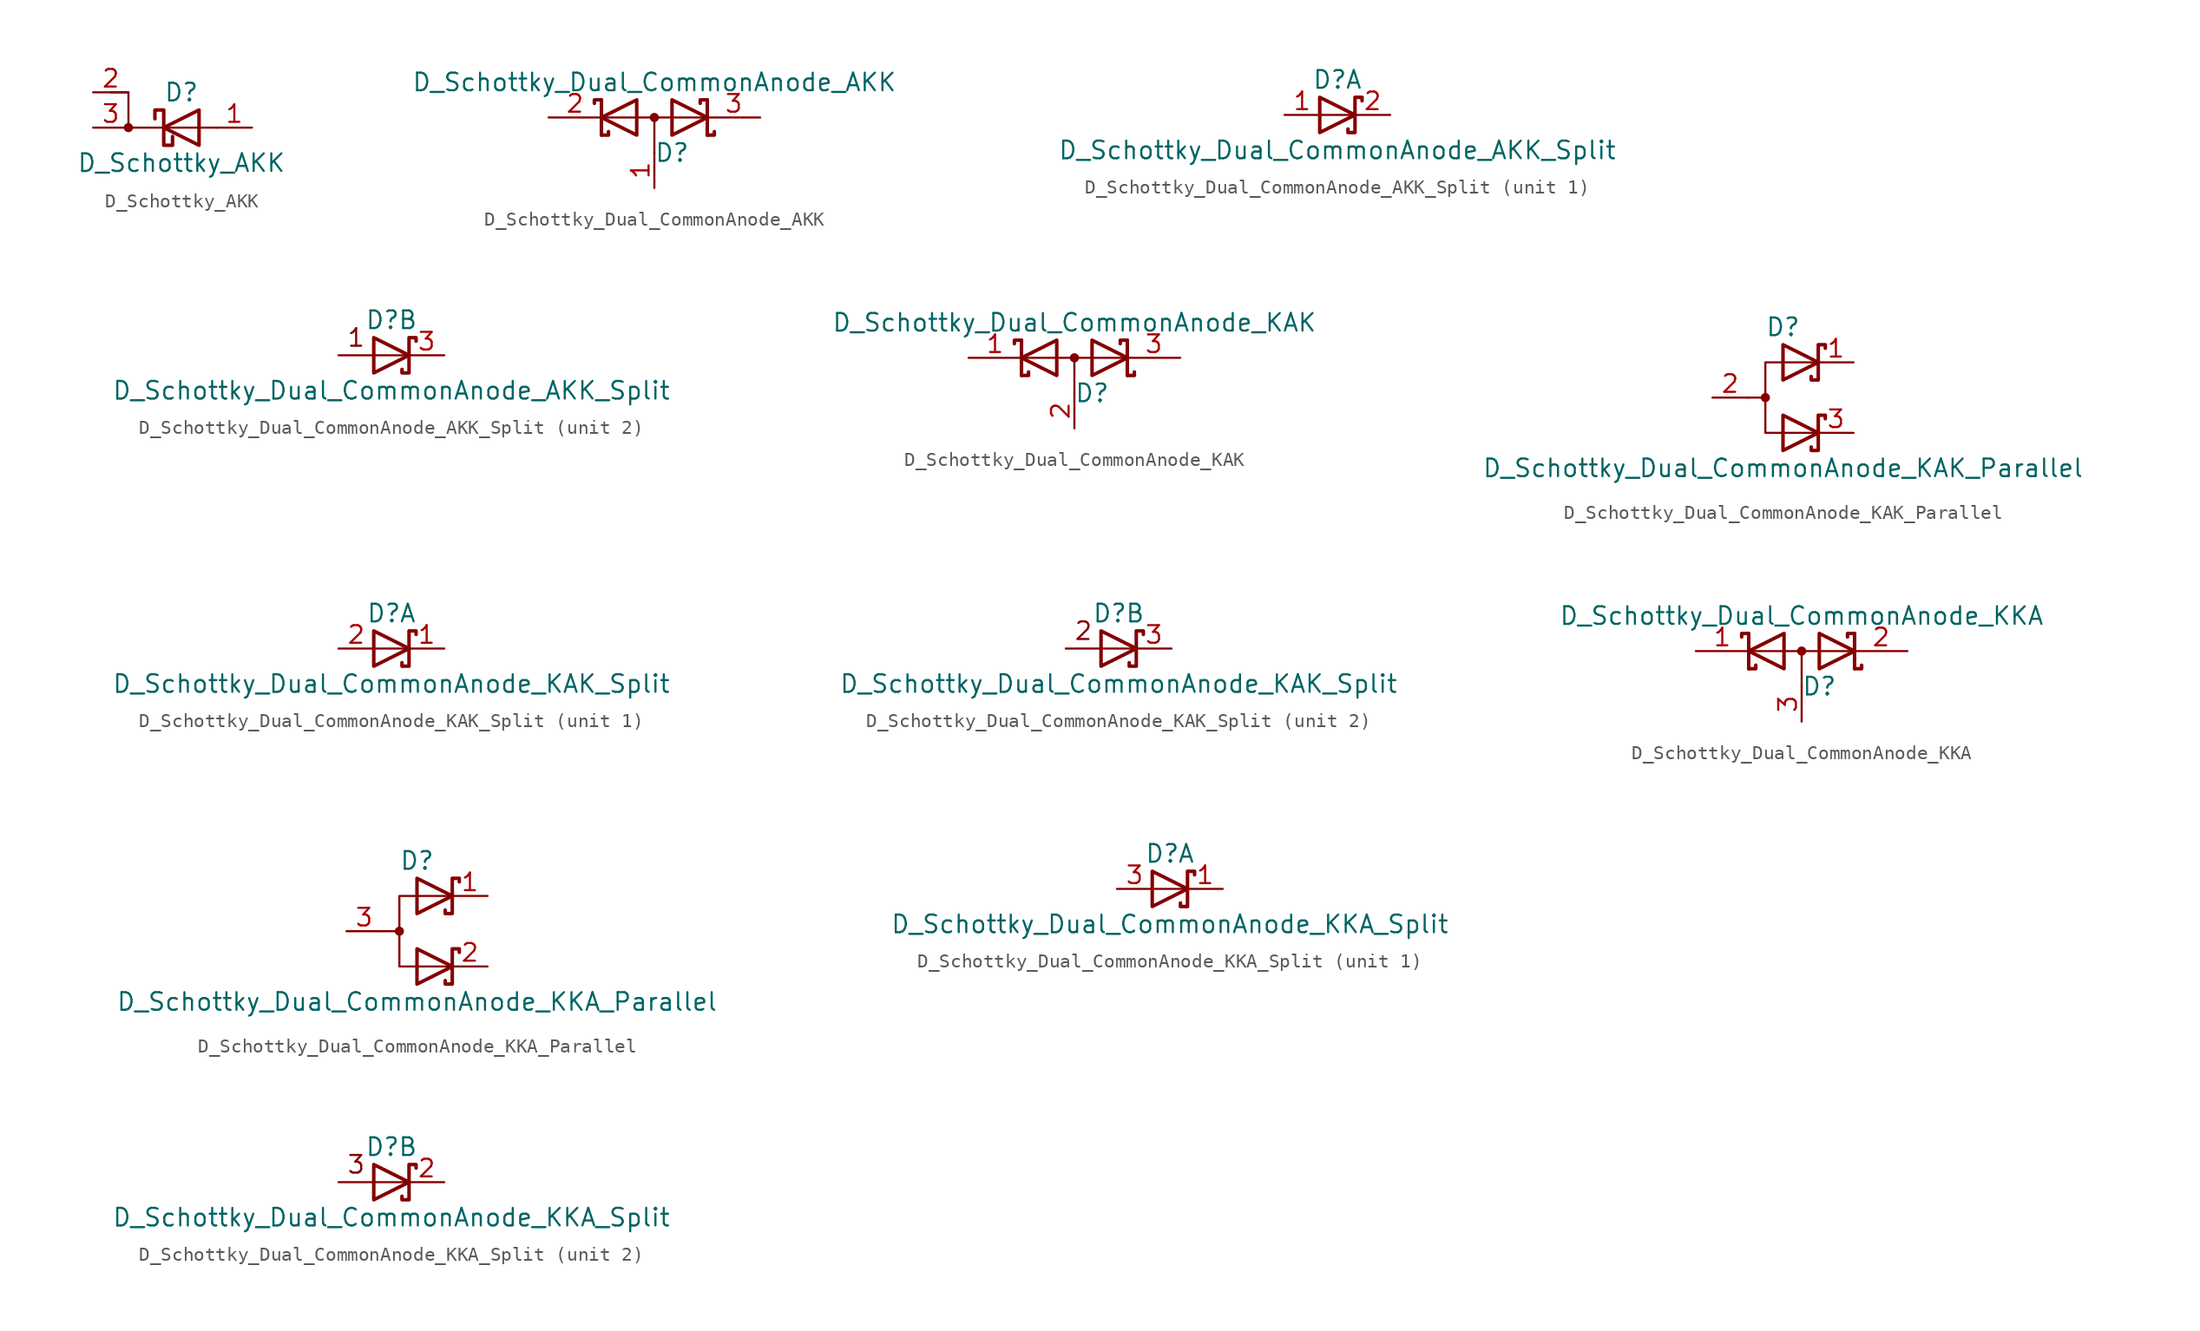
<source format=kicad_sym>
(kicad_symbol_lib
  (version 20241209)
  (generator "kicad_symbol_editor")
  (generator_version "9.0")
  (symbol "D_Schottky_AKK"
    (pin_names
      (offset 0)
      (hide yes))
    (property "Reference" "D"
      (at 0 2.54 0)
      (effects (font (size 1.27 1.27))))
    (property "Value" "D_Schottky_AKK"
      (at 0 -2.54 0)
      (effects (font (size 1.27 1.27))))
    (symbol "D_Schottky_AKK_0_1"
      (polyline (pts (xy -5.08 2.54) (xy -3.81 2.54) (xy -3.81 0) (xy 2.54 0)) (stroke (width 0) (type solid)) (fill (type none)))
      (circle (center -3.81 0) (radius 0.254) (stroke (width 0) (type solid)) (fill (type outline)))
      (polyline (pts (xy -1.905 0.635) (xy -1.905 1.27) (xy -1.27 1.27) (xy -1.27 -1.27) (xy -0.635 -1.27) (xy -0.635 -0.635)) (stroke (width 0.254) (type solid)) (fill (type none)))
      (polyline (pts (xy 1.27 1.27) (xy 1.27 -1.27) (xy -1.27 0) (xy 1.27 1.27)) (stroke (width 0.254) (type solid)) (fill (type none))))
    (symbol "D_Schottky_AKK_1_1"
      (pin input line (at -6.35 2.54 0) (length 2.54) (name "K" (effects (font (size 1.27 1.27)))) (number "2" (effects (font (size 1.27 1.27)))))
      (pin passive line (at -6.35 0 0) (length 2.54) (name "K" (effects (font (size 1.27 1.27)))) (number "3" (effects (font (size 1.27 1.27)))))
      (pin passive line (at 5.08 0 180) (length 2.54) (name "A" (effects (font (size 1.27 1.27)))) (number "1" (effects (font (size 1.27 1.27)))))))
  (symbol "D_Schottky_Dual_CommonAnode_AKK"
    (pin_names
      (offset 0.762)
      (hide yes))
    (property "Reference" "D"
      (at 1.27 -2.54 0)
      (effects (font (size 1.27 1.27))))
    (property "Value" "D_Schottky_Dual_CommonAnode_AKK"
      (at 0 2.54 0)
      (effects (font (size 1.27 1.27))))
    (symbol "D_Schottky_Dual_CommonAnode_AKK_0_1"
      (polyline (pts (xy -3.81 1.27) (xy -3.81 -1.27) (xy -3.81 -1.27)) (stroke (width 0.254) (type solid)) (fill (type none)))
      (polyline (pts (xy -3.81 1.27) (xy -4.318 1.27) (xy -4.318 1.016) (xy -4.318 1.016)) (stroke (width 0.254) (type solid)) (fill (type none)))
      (polyline (pts (xy -3.556 0) (xy 3.81 0)) (stroke (width 0) (type solid)) (fill (type none)))
      (polyline (pts (xy -3.302 -1.016) (xy -3.302 -1.27) (xy -3.81 -1.27) (xy -3.81 -1.27) (xy -3.81 -1.27)) (stroke (width 0.254) (type solid)) (fill (type none)))
      (polyline (pts (xy -1.27 -1.27) (xy -3.81 0) (xy -1.27 1.27) (xy -1.27 -1.27) (xy -1.27 -1.27) (xy -1.27 -1.27)) (stroke (width 0.254) (type solid)) (fill (type none)))
      (polyline (pts (xy 0 0) (xy 0 -2.54)) (stroke (width 0) (type solid)) (fill (type none)))
      (circle (center 0 0) (radius 0.254) (stroke (width 0) (type solid)) (fill (type outline)))
      (polyline (pts (xy 1.27 1.27) (xy 3.81 0) (xy 1.27 -1.27) (xy 1.27 1.27) (xy 1.27 1.27) (xy 1.27 1.27)) (stroke (width 0.254) (type solid)) (fill (type none)))
      (polyline (pts (xy 3.81 1.27) (xy 3.81 -1.27) (xy 3.81 -1.27)) (stroke (width 0.254) (type solid)) (fill (type none)))
      (polyline (pts (xy 3.81 1.27) (xy 3.302 1.27) (xy 3.302 1.016) (xy 3.302 1.016)) (stroke (width 0.254) (type solid)) (fill (type none)))
      (polyline (pts (xy 3.81 -1.27) (xy 4.318 -1.27) (xy 4.318 -1.016) (xy 4.318 -1.016)) (stroke (width 0.254) (type solid)) (fill (type none)))
      (pin passive line (at -7.62 0 0) (length 3.81) (name "K" (effects (font (size 1.27 1.27)))) (number "2" (effects (font (size 1.27 1.27)))))
      (pin passive line (at 0 -5.08 90) (length 2.54) (name "A" (effects (font (size 1.27 1.27)))) (number "1" (effects (font (size 1.27 1.27)))))
      (pin passive line (at 7.62 0 180) (length 3.81) (name "K" (effects (font (size 1.27 1.27)))) (number "3" (effects (font (size 1.27 1.27)))))))
  (symbol "D_Schottky_Dual_CommonAnode_AKK_Split"
    (pin_names
      (offset 0.762)
      (hide yes))
    (property "Reference" "D"
      (at 0 2.54 0)
      (effects (font (size 1.27 1.27))))
    (property "Value" "D_Schottky_Dual_CommonAnode_AKK_Split"
      (at 0 -2.54 0)
      (effects (font (size 1.27 1.27))))
    (property "ki_locked" ""
      (at 0 0 0)
      (effects (font (size 1.27 1.27))))
    (symbol "D_Schottky_Dual_CommonAnode_AKK_Split_0_1"
      (polyline (pts (xy -1.27 1.27) (xy 1.27 0) (xy -1.27 -1.27) (xy -1.27 1.27) (xy -1.27 1.27) (xy -1.27 1.27)) (stroke (width 0.254) (type solid)) (fill (type none)))
      (polyline (pts (xy 1.778 1.016) (xy 1.778 1.27) (xy 1.27 1.27) (xy 1.27 -1.27) (xy 0.762 -1.27) (xy 0.762 -1.016)) (stroke (width 0.254) (type solid)) (fill (type none))))
    (symbol "D_Schottky_Dual_CommonAnode_AKK_Split_1_1"
      (polyline (pts (xy 1.27 0) (xy -1.27 0)) (stroke (width 0) (type solid)) (fill (type none)))
      (pin passive line (at -3.81 0 0) (length 2.54) (name "A" (effects (font (size 1.27 1.27)))) (number "1" (effects (font (size 1.27 1.27)))))
      (pin passive line (at 3.81 0 180) (length 2.54) (name "K" (effects (font (size 1.27 1.27)))) (number "2" (effects (font (size 1.27 1.27))))))
    (symbol "D_Schottky_Dual_CommonAnode_AKK_Split_2_0"
      (polyline (pts (xy 1.27 0) (xy -3.81 0)) (stroke (width 0) (type solid)) (fill (type none)))
      (text "1" (at -2.54 1.27 0) (effects (font (size 1.27 1.27)))))
    (symbol "D_Schottky_Dual_CommonAnode_AKK_Split_2_1"
      (pin passive line (at 3.81 0 180) (length 2.54) (name "K" (effects (font (size 1.27 1.27)))) (number "3" (effects (font (size 1.27 1.27)))))))
  (symbol "D_Schottky_Dual_CommonAnode_KAK"
    (pin_names
      (offset 0.762)
      (hide yes))
    (property "Reference" "D"
      (at 1.27 -2.54 0)
      (effects (font (size 1.27 1.27))))
    (property "Value" "D_Schottky_Dual_CommonAnode_KAK"
      (at 0 2.54 0)
      (effects (font (size 1.27 1.27))))
    (symbol "D_Schottky_Dual_CommonAnode_KAK_0_1"
      (polyline (pts (xy -3.81 1.27) (xy -3.81 -1.27) (xy -3.81 -1.27)) (stroke (width 0.254) (type solid)) (fill (type none)))
      (polyline (pts (xy -3.81 1.27) (xy -4.318 1.27) (xy -4.318 1.016) (xy -4.318 1.016)) (stroke (width 0.254) (type solid)) (fill (type none)))
      (polyline (pts (xy -3.556 0) (xy 3.81 0)) (stroke (width 0) (type solid)) (fill (type none)))
      (polyline (pts (xy -3.302 -1.016) (xy -3.302 -1.27) (xy -3.81 -1.27) (xy -3.81 -1.27) (xy -3.81 -1.27)) (stroke (width 0.254) (type solid)) (fill (type none)))
      (polyline (pts (xy -1.27 -1.27) (xy -3.81 0) (xy -1.27 1.27) (xy -1.27 -1.27) (xy -1.27 -1.27) (xy -1.27 -1.27)) (stroke (width 0.254) (type solid)) (fill (type none)))
      (polyline (pts (xy 0 0) (xy 0 -2.54)) (stroke (width 0) (type solid)) (fill (type none)))
      (circle (center 0 0) (radius 0.254) (stroke (width 0) (type solid)) (fill (type outline)))
      (polyline (pts (xy 1.27 1.27) (xy 3.81 0) (xy 1.27 -1.27) (xy 1.27 1.27) (xy 1.27 1.27) (xy 1.27 1.27)) (stroke (width 0.254) (type solid)) (fill (type none)))
      (polyline (pts (xy 3.81 1.27) (xy 3.81 -1.27) (xy 3.81 -1.27)) (stroke (width 0.254) (type solid)) (fill (type none)))
      (polyline (pts (xy 3.81 1.27) (xy 3.302 1.27) (xy 3.302 1.016) (xy 3.302 1.016)) (stroke (width 0.254) (type solid)) (fill (type none)))
      (polyline (pts (xy 3.81 -1.27) (xy 4.318 -1.27) (xy 4.318 -1.016) (xy 4.318 -1.016)) (stroke (width 0.254) (type solid)) (fill (type none)))
      (pin passive line (at -7.62 0 0) (length 3.81) (name "K" (effects (font (size 1.27 1.27)))) (number "1" (effects (font (size 1.27 1.27)))))
      (pin passive line (at 0 -5.08 90) (length 2.54) (name "A" (effects (font (size 1.27 1.27)))) (number "2" (effects (font (size 1.27 1.27)))))
      (pin passive line (at 7.62 0 180) (length 3.81) (name "K" (effects (font (size 1.27 1.27)))) (number "3" (effects (font (size 1.27 1.27)))))))
  (symbol "D_Schottky_Dual_CommonAnode_KAK_Parallel"
    (pin_names
      (offset 0.762)
      (hide yes))
    (property "Reference" "D"
      (at 0 5.08 0)
      (effects (font (size 1.27 1.27))))
    (property "Value" "D_Schottky_Dual_CommonAnode_KAK_Parallel"
      (at 0 -5.08 0)
      (effects (font (size 1.27 1.27))))
    (symbol "D_Schottky_Dual_CommonAnode_KAK_Parallel_0_1"
      (circle (center -1.27 0) (radius 0.254) (stroke (width 0) (type solid)) (fill (type outline)))
      (polyline (pts (xy -1.27 0) (xy -2.54 0)) (stroke (width 0) (type solid)) (fill (type none)))
      (polyline (pts (xy 0 3.81) (xy 2.54 2.54) (xy 0 1.27) (xy 0 3.81) (xy 0 3.81) (xy 0 3.81)) (stroke (width 0.254) (type solid)) (fill (type none)))
      (polyline (pts (xy 0 -1.27) (xy 2.54 -2.54) (xy 0 -3.81) (xy 0 -1.27) (xy 0 -1.27) (xy 0 -1.27)) (stroke (width 0.254) (type solid)) (fill (type none)))
      (polyline (pts (xy 2.54 2.54) (xy -1.27 2.54) (xy -1.27 -2.54) (xy 2.54 -2.54)) (stroke (width 0) (type solid)) (fill (type none)))
      (polyline (pts (xy 3.048 3.556) (xy 3.048 3.81) (xy 2.54 3.81) (xy 2.54 1.27) (xy 2.032 1.27) (xy 2.032 1.524)) (stroke (width 0.254) (type solid)) (fill (type none)))
      (polyline (pts (xy 3.048 -1.524) (xy 3.048 -1.27) (xy 2.54 -1.27) (xy 2.54 -3.81) (xy 2.032 -3.81) (xy 2.032 -3.556)) (stroke (width 0.254) (type solid)) (fill (type none)))
      (pin passive line (at -5.08 0 0) (length 2.54) (name "A" (effects (font (size 1.27 1.27)))) (number "2" (effects (font (size 1.27 1.27)))))
      (pin passive line (at 5.08 2.54 180) (length 2.54) (name "K" (effects (font (size 1.27 1.27)))) (number "1" (effects (font (size 1.27 1.27)))))
      (pin passive line (at 5.08 -2.54 180) (length 2.54) (name "K" (effects (font (size 1.27 1.27)))) (number "3" (effects (font (size 1.27 1.27)))))))
  (symbol "D_Schottky_Dual_CommonAnode_KAK_Split"
    (pin_names
      (offset 0.762)
      (hide yes))
    (property "Reference" "D"
      (at 0 2.54 0)
      (effects (font (size 1.27 1.27))))
    (property "Value" "D_Schottky_Dual_CommonAnode_KAK_Split"
      (at 0 -2.54 0)
      (effects (font (size 1.27 1.27))))
    (property "ki_locked" ""
      (at 0 0 0)
      (effects (font (size 1.27 1.27))))
    (symbol "D_Schottky_Dual_CommonAnode_KAK_Split_0_1"
      (polyline (pts (xy -1.27 1.27) (xy 1.27 0) (xy -1.27 -1.27) (xy -1.27 1.27) (xy -1.27 1.27) (xy -1.27 1.27)) (stroke (width 0.254) (type solid)) (fill (type none)))
      (polyline (pts (xy 1.778 1.016) (xy 1.778 1.27) (xy 1.27 1.27) (xy 1.27 -1.27) (xy 0.762 -1.27) (xy 0.762 -1.016)) (stroke (width 0.254) (type solid)) (fill (type none))))
    (symbol "D_Schottky_Dual_CommonAnode_KAK_Split_1_1"
      (polyline (pts (xy 1.27 0) (xy -1.27 0)) (stroke (width 0) (type solid)) (fill (type none)))
      (pin passive line (at -3.81 0 0) (length 2.54) (name "A" (effects (font (size 1.27 1.27)))) (number "2" (effects (font (size 1.27 1.27)))))
      (pin passive line (at 3.81 0 180) (length 2.54) (name "K" (effects (font (size 1.27 1.27)))) (number "1" (effects (font (size 1.27 1.27))))))
    (symbol "D_Schottky_Dual_CommonAnode_KAK_Split_2_0"
      (polyline (pts (xy 1.27 0) (xy -3.81 0)) (stroke (width 0) (type solid)) (fill (type none)))
      (text "2" (at -2.54 1.27 0) (effects (font (size 1.27 1.27)))))
    (symbol "D_Schottky_Dual_CommonAnode_KAK_Split_2_1"
      (pin passive line (at 3.81 0 180) (length 2.54) (name "K" (effects (font (size 1.27 1.27)))) (number "3" (effects (font (size 1.27 1.27)))))))
  (symbol "D_Schottky_Dual_CommonAnode_KKA"
    (pin_names
      (offset 0.762)
      (hide yes))
    (property "Reference" "D"
      (at 1.27 -2.54 0)
      (effects (font (size 1.27 1.27))))
    (property "Value" "D_Schottky_Dual_CommonAnode_KKA"
      (at 0 2.54 0)
      (effects (font (size 1.27 1.27))))
    (symbol "D_Schottky_Dual_CommonAnode_KKA_0_1"
      (polyline (pts (xy -3.81 1.27) (xy -3.81 -1.27) (xy -3.81 -1.27)) (stroke (width 0.254) (type solid)) (fill (type none)))
      (polyline (pts (xy -3.81 1.27) (xy -4.318 1.27) (xy -4.318 1.016) (xy -4.318 1.016)) (stroke (width 0.254) (type solid)) (fill (type none)))
      (polyline (pts (xy -3.556 0) (xy 3.81 0)) (stroke (width 0) (type solid)) (fill (type none)))
      (polyline (pts (xy -3.302 -1.016) (xy -3.302 -1.27) (xy -3.81 -1.27) (xy -3.81 -1.27) (xy -3.81 -1.27)) (stroke (width 0.254) (type solid)) (fill (type none)))
      (polyline (pts (xy -1.27 -1.27) (xy -3.81 0) (xy -1.27 1.27) (xy -1.27 -1.27) (xy -1.27 -1.27) (xy -1.27 -1.27)) (stroke (width 0.254) (type solid)) (fill (type none)))
      (polyline (pts (xy 0 0) (xy 0 -2.54)) (stroke (width 0) (type solid)) (fill (type none)))
      (circle (center 0 0) (radius 0.254) (stroke (width 0) (type solid)) (fill (type outline)))
      (polyline (pts (xy 1.27 1.27) (xy 3.81 0) (xy 1.27 -1.27) (xy 1.27 1.27) (xy 1.27 1.27) (xy 1.27 1.27)) (stroke (width 0.254) (type solid)) (fill (type none)))
      (polyline (pts (xy 3.81 1.27) (xy 3.81 -1.27) (xy 3.81 -1.27)) (stroke (width 0.254) (type solid)) (fill (type none)))
      (polyline (pts (xy 3.81 1.27) (xy 3.302 1.27) (xy 3.302 1.016) (xy 3.302 1.016)) (stroke (width 0.254) (type solid)) (fill (type none)))
      (polyline (pts (xy 3.81 -1.27) (xy 4.318 -1.27) (xy 4.318 -1.016) (xy 4.318 -1.016)) (stroke (width 0.254) (type solid)) (fill (type none)))
      (pin passive line (at -7.62 0 0) (length 3.81) (name "K" (effects (font (size 1.27 1.27)))) (number "1" (effects (font (size 1.27 1.27)))))
      (pin passive line (at 0 -5.08 90) (length 2.54) (name "A" (effects (font (size 1.27 1.27)))) (number "3" (effects (font (size 1.27 1.27)))))
      (pin passive line (at 7.62 0 180) (length 3.81) (name "K" (effects (font (size 1.27 1.27)))) (number "2" (effects (font (size 1.27 1.27)))))))
  (symbol "D_Schottky_Dual_CommonAnode_KKA_Parallel"
    (pin_names
      (offset 0.762)
      (hide yes))
    (property "Reference" "D"
      (at 0 5.08 0)
      (effects (font (size 1.27 1.27))))
    (property "Value" "D_Schottky_Dual_CommonAnode_KKA_Parallel"
      (at 0 -5.08 0)
      (effects (font (size 1.27 1.27))))
    (symbol "D_Schottky_Dual_CommonAnode_KKA_Parallel_0_1"
      (circle (center -1.27 0) (radius 0.254) (stroke (width 0) (type solid)) (fill (type outline)))
      (polyline (pts (xy -1.27 0) (xy -2.54 0)) (stroke (width 0) (type solid)) (fill (type none)))
      (polyline (pts (xy 0 3.81) (xy 2.54 2.54) (xy 0 1.27) (xy 0 3.81) (xy 0 3.81) (xy 0 3.81)) (stroke (width 0.254) (type solid)) (fill (type none)))
      (polyline (pts (xy 0 -1.27) (xy 2.54 -2.54) (xy 0 -3.81) (xy 0 -1.27) (xy 0 -1.27) (xy 0 -1.27)) (stroke (width 0.254) (type solid)) (fill (type none)))
      (polyline (pts (xy 2.54 2.54) (xy -1.27 2.54) (xy -1.27 -2.54) (xy 2.54 -2.54)) (stroke (width 0) (type solid)) (fill (type none)))
      (polyline (pts (xy 3.048 3.556) (xy 3.048 3.81) (xy 2.54 3.81) (xy 2.54 1.27) (xy 2.032 1.27) (xy 2.032 1.524)) (stroke (width 0.254) (type solid)) (fill (type none)))
      (polyline (pts (xy 3.048 -1.524) (xy 3.048 -1.27) (xy 2.54 -1.27) (xy 2.54 -3.81) (xy 2.032 -3.81) (xy 2.032 -3.556)) (stroke (width 0.254) (type solid)) (fill (type none)))
      (pin passive line (at -5.08 0 0) (length 2.54) (name "A" (effects (font (size 1.27 1.27)))) (number "3" (effects (font (size 1.27 1.27)))))
      (pin passive line (at 5.08 2.54 180) (length 2.54) (name "K" (effects (font (size 1.27 1.27)))) (number "1" (effects (font (size 1.27 1.27)))))
      (pin passive line (at 5.08 -2.54 180) (length 2.54) (name "K" (effects (font (size 1.27 1.27)))) (number "2" (effects (font (size 1.27 1.27)))))))
  (symbol "D_Schottky_Dual_CommonAnode_KKA_Split"
    (pin_names
      (offset 0.762)
      (hide yes))
    (property "Reference" "D"
      (at 0 2.54 0)
      (effects (font (size 1.27 1.27))))
    (property "Value" "D_Schottky_Dual_CommonAnode_KKA_Split"
      (at 0 -2.54 0)
      (effects (font (size 1.27 1.27))))
    (property "ki_locked" ""
      (at 0 0 0)
      (effects (font (size 1.27 1.27))))
    (symbol "D_Schottky_Dual_CommonAnode_KKA_Split_0_1"
      (polyline (pts (xy -1.27 1.27) (xy 1.27 0) (xy -1.27 -1.27) (xy -1.27 1.27) (xy -1.27 1.27) (xy -1.27 1.27)) (stroke (width 0.254) (type solid)) (fill (type none)))
      (polyline (pts (xy 1.778 1.016) (xy 1.778 1.27) (xy 1.27 1.27) (xy 1.27 -1.27) (xy 0.762 -1.27) (xy 0.762 -1.016)) (stroke (width 0.254) (type solid)) (fill (type none))))
    (symbol "D_Schottky_Dual_CommonAnode_KKA_Split_1_1"
      (polyline (pts (xy 1.27 0) (xy -1.27 0)) (stroke (width 0) (type solid)) (fill (type none)))
      (pin passive line (at -3.81 0 0) (length 2.54) (name "A" (effects (font (size 1.27 1.27)))) (number "3" (effects (font (size 1.27 1.27)))))
      (pin passive line (at 3.81 0 180) (length 2.54) (name "K" (effects (font (size 1.27 1.27)))) (number "1" (effects (font (size 1.27 1.27))))))
    (symbol "D_Schottky_Dual_CommonAnode_KKA_Split_2_0"
      (polyline (pts (xy 1.27 0) (xy -3.81 0)) (stroke (width 0) (type solid)) (fill (type none)))
      (text "3" (at -2.54 1.27 0) (effects (font (size 1.27 1.27)))))
    (symbol "D_Schottky_Dual_CommonAnode_KKA_Split_2_1"
      (pin passive line (at 3.81 0 180) (length 2.54) (name "K" (effects (font (size 1.27 1.27)))) (number "2" (effects (font (size 1.27 1.27))))))))
</source>
